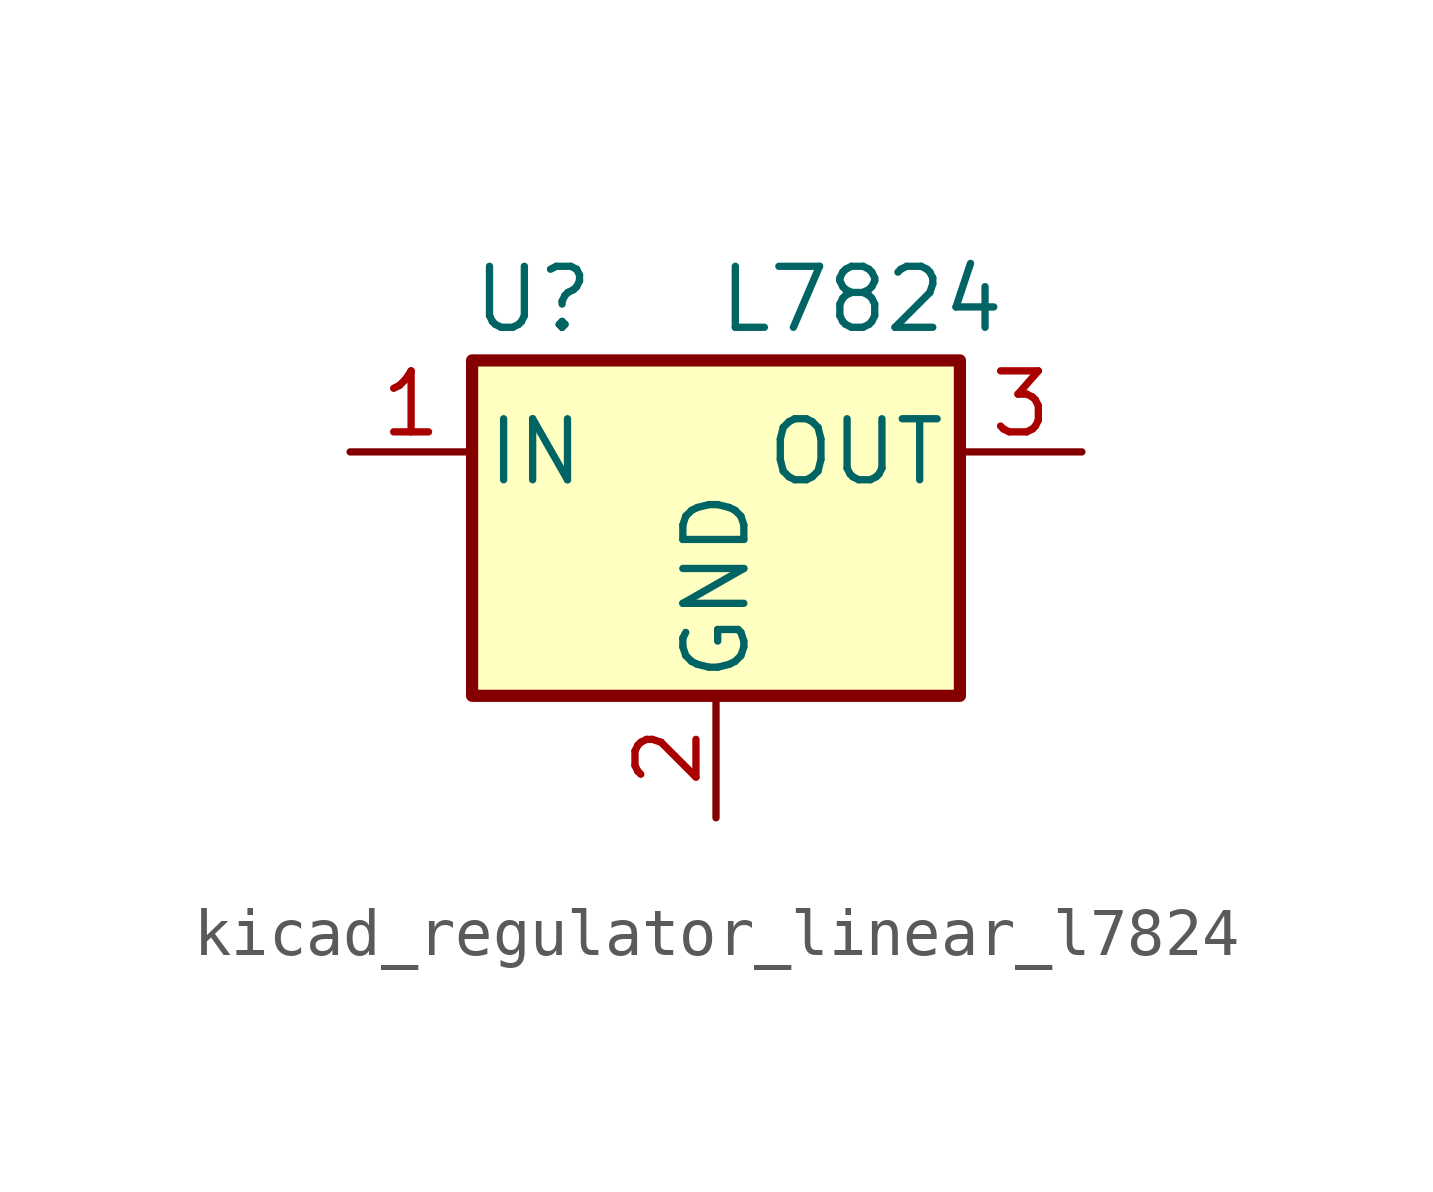
<source format=kicad_sym>
(kicad_symbol_lib
  (version 20220914)
  (generator kicad_symbol_editor)
  (symbol "kicad_regulator_linear_l7824"
    (pin_names
      (offset 0.254))
    (property "Reference" "U"
      (at -3.81 3.175 0)
      (effects (font (size 1.27 1.27))))
    (property "Value" "L7824"
      (at 0 3.175 0)
      (effects (font (size 1.27 1.27)) (justify left)))
    (symbol "kicad_regulator_linear_l7824_0_1"
      (rectangle (start -5.08 1.905) (end 5.08 -5.08) (stroke (width 0.254) (type default)) (fill (type background))))
    (symbol "kicad_regulator_linear_l7824_1_1"
      (pin power_in line (at -7.62 0 0) (length 2.54) (name "IN" (effects (font (size 1.27 1.27)))) (number "1" (effects (font (size 1.27 1.27)))))
      (pin power_in line (at 0 -7.62 90) (length 2.54) (name "GND" (effects (font (size 1.27 1.27)))) (number "2" (effects (font (size 1.27 1.27)))))
      (pin power_out line (at 7.62 0 180) (length 2.54) (name "OUT" (effects (font (size 1.27 1.27)))) (number "3" (effects (font (size 1.27 1.27))))))))
</source>
